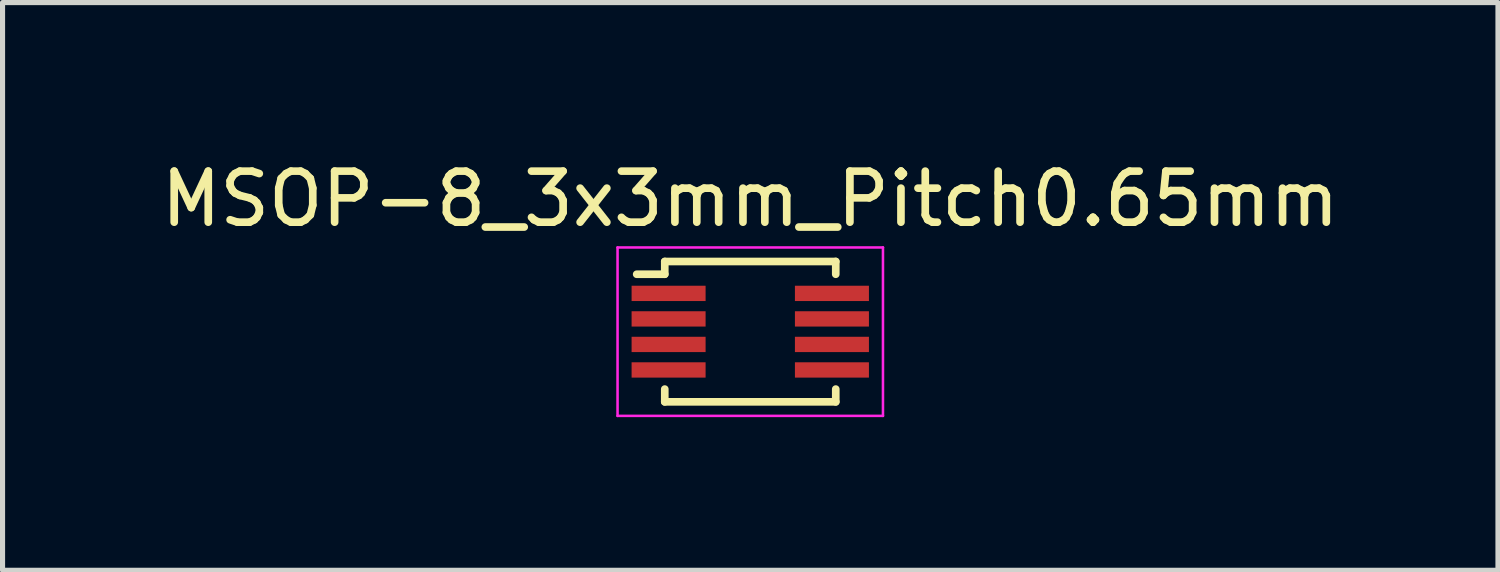
<source format=kicad_pcb>
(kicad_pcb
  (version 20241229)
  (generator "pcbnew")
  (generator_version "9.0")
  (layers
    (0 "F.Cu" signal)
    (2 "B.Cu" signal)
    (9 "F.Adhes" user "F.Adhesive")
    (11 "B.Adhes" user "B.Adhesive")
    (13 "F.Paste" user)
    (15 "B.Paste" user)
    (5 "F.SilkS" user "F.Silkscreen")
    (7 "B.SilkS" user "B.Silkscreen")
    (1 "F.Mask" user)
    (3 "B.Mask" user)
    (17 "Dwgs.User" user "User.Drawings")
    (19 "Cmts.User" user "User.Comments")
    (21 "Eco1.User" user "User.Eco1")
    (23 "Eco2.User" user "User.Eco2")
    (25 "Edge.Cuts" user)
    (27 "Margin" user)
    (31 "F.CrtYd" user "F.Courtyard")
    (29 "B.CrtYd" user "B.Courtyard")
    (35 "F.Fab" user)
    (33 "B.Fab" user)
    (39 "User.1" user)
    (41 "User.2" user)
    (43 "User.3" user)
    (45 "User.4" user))
  (footprint "MSOP-8_3x3mm_Pitch0.65mm"
    (layer "F.Cu")
    (at 11.649 3.448)
    (property "Reference" "MSOP-8_3x3mm_Pitch0.65mm" (at 0 -2.6 0) (layer "F.SilkS") (effects (font (size 1 1) (thickness 0.15))))
    (attr smd)
    (fp_line (start -1.675 -1.375) (end -1.675 -1.125) (stroke (width 0.15) (type solid)) (layer "F.SilkS"))
    (fp_line (start -1.675 -1.375) (end 1.675 -1.375) (stroke (width 0.15) (type solid)) (layer "F.SilkS"))
    (fp_line (start -1.675 -1.125) (end -2.225 -1.125) (stroke (width 0.15) (type solid)) (layer "F.SilkS"))
    (fp_line (start -1.675 1.375) (end -1.675 1.125) (stroke (width 0.15) (type solid)) (layer "F.SilkS"))
    (fp_line (start -1.675 1.375) (end 1.675 1.375) (stroke (width 0.15) (type solid)) (layer "F.SilkS"))
    (fp_line (start 1.675 -1.375) (end 1.675 -1.125) (stroke (width 0.15) (type solid)) (layer "F.SilkS"))
    (fp_line (start 1.675 1.375) (end 1.675 1.125) (stroke (width 0.15) (type solid)) (layer "F.SilkS"))
    (fp_line (start -2.6 -1.65) (end -2.6 1.65) (stroke (width 0.05) (type solid)) (layer "F.CrtYd"))
    (fp_line (start -2.6 -1.65) (end 2.6 -1.65) (stroke (width 0.05) (type solid)) (layer "F.CrtYd"))
    (fp_line (start -2.6 1.65) (end 2.6 1.65) (stroke (width 0.05) (type solid)) (layer "F.CrtYd"))
    (fp_line (start 2.6 -1.65) (end 2.6 1.65) (stroke (width 0.05) (type solid)) (layer "F.CrtYd"))
    (pad "1" smd rect (at -1.6 -0.75) (size 1.45 0.3) (layers "F.Cu" "F.Mask" "F.Paste"))
    (pad "2" smd rect (at -1.6 -0.25) (size 1.45 0.3) (layers "F.Cu" "F.Mask" "F.Paste"))
    (pad "3" smd rect (at -1.6 0.25) (size 1.45 0.3) (layers "F.Cu" "F.Mask" "F.Paste"))
    (pad "4" smd rect (at -1.6 0.75) (size 1.45 0.3) (layers "F.Cu" "F.Mask" "F.Paste"))
    (pad "5" smd rect (at 1.6 0.75) (size 1.45 0.3) (layers "F.Cu" "F.Mask" "F.Paste"))
    (pad "6" smd rect (at 1.6 0.25) (size 1.45 0.3) (layers "F.Cu" "F.Mask" "F.Paste"))
    (pad "7" smd rect (at 1.6 -0.25) (size 1.45 0.3) (layers "F.Cu" "F.Mask" "F.Paste"))
    (pad "8" smd rect (at 1.6 -0.75) (size 1.45 0.3) (layers "F.Cu" "F.Mask" "F.Paste")))
  (gr_rect
    (start -3 -3)
    (end 26.298 8.123)
    (stroke (width 0.1) (type default))
    (fill no)
    (layer "Edge.Cuts")))
</source>
